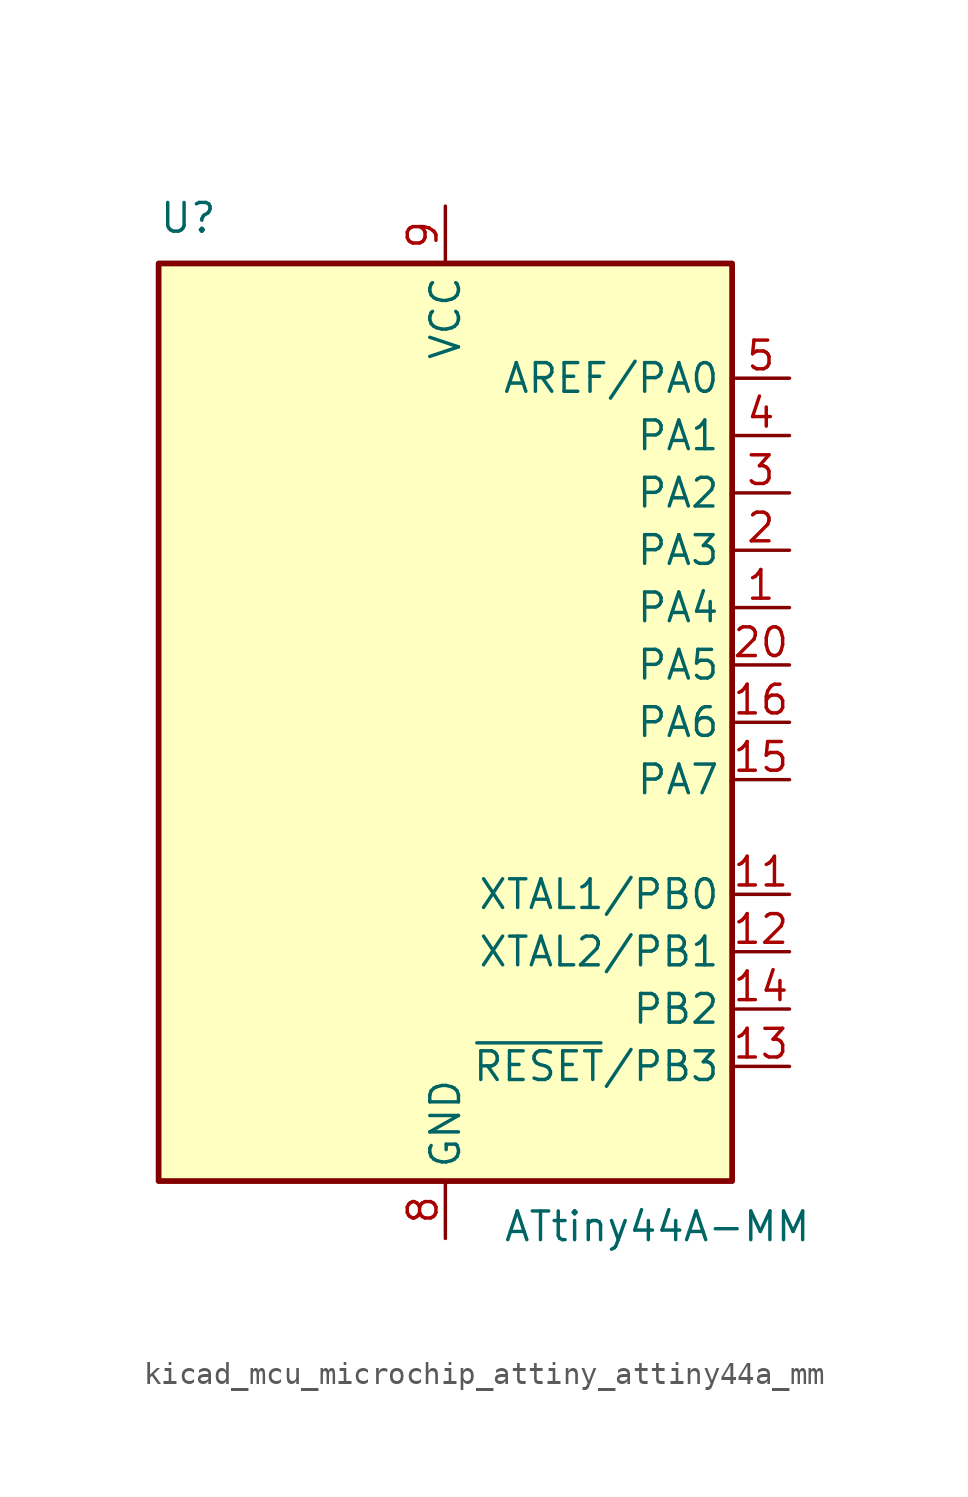
<source format=kicad_sym>
(kicad_symbol_lib
  (version 20220914)
  (generator kicad_symbol_editor)
  (symbol "kicad_mcu_microchip_attiny_attiny44a_mm"
    (property "Reference" "U"
      (at -12.7 21.59 0)
      (effects (font (size 1.27 1.27)) (justify left bottom)))
    (property "Value" "ATtiny44A-MM"
      (at 2.54 -21.59 0)
      (effects (font (size 1.27 1.27)) (justify left top)))
    (symbol "kicad_mcu_microchip_attiny_attiny44a_mm_0_1"
      (rectangle (start -12.7 -20.32) (end 12.7 20.32) (stroke (width 0.254) (type default)) (fill (type background))))
    (symbol "kicad_mcu_microchip_attiny_attiny44a_mm_1_1"
      (pin bidirectional line (at 15.24 5.08 180) (length 2.54) (name "PA4" (effects (font (size 1.27 1.27)))) (number "1" (effects (font (size 1.27 1.27)))))
      (pin no_connect line (at -12.7 -10.16 0) (length 2.54) hide (name "NC" (effects (font (size 1.27 1.27)))) (number "10" (effects (font (size 1.27 1.27)))))
      (pin bidirectional line (at 15.24 -7.62 180) (length 2.54) (name "XTAL1/PB0" (effects (font (size 1.27 1.27)))) (number "11" (effects (font (size 1.27 1.27)))))
      (pin bidirectional line (at 15.24 -10.16 180) (length 2.54) (name "XTAL2/PB1" (effects (font (size 1.27 1.27)))) (number "12" (effects (font (size 1.27 1.27)))))
      (pin bidirectional line (at 15.24 -15.24 180) (length 2.54) (name "~{RESET}/PB3" (effects (font (size 1.27 1.27)))) (number "13" (effects (font (size 1.27 1.27)))))
      (pin bidirectional line (at 15.24 -12.7 180) (length 2.54) (name "PB2" (effects (font (size 1.27 1.27)))) (number "14" (effects (font (size 1.27 1.27)))))
      (pin bidirectional line (at 15.24 -2.54 180) (length 2.54) (name "PA7" (effects (font (size 1.27 1.27)))) (number "15" (effects (font (size 1.27 1.27)))))
      (pin bidirectional line (at 15.24 0 180) (length 2.54) (name "PA6" (effects (font (size 1.27 1.27)))) (number "16" (effects (font (size 1.27 1.27)))))
      (pin no_connect line (at -12.7 -12.7 0) (length 2.54) hide (name "NC" (effects (font (size 1.27 1.27)))) (number "17" (effects (font (size 1.27 1.27)))))
      (pin no_connect line (at -12.7 -15.24 0) (length 2.54) hide (name "NC" (effects (font (size 1.27 1.27)))) (number "18" (effects (font (size 1.27 1.27)))))
      (pin no_connect line (at -12.7 -17.78 0) (length 2.54) hide (name "NC" (effects (font (size 1.27 1.27)))) (number "19" (effects (font (size 1.27 1.27)))))
      (pin bidirectional line (at 15.24 7.62 180) (length 2.54) (name "PA3" (effects (font (size 1.27 1.27)))) (number "2" (effects (font (size 1.27 1.27)))))
      (pin bidirectional line (at 15.24 2.54 180) (length 2.54) (name "PA5" (effects (font (size 1.27 1.27)))) (number "20" (effects (font (size 1.27 1.27)))))
      (pin passive line (at 0 -22.86 90) (length 2.54) hide (name "GND" (effects (font (size 1.27 1.27)))) (number "21" (effects (font (size 1.27 1.27)))))
      (pin bidirectional line (at 15.24 10.16 180) (length 2.54) (name "PA2" (effects (font (size 1.27 1.27)))) (number "3" (effects (font (size 1.27 1.27)))))
      (pin bidirectional line (at 15.24 12.7 180) (length 2.54) (name "PA1" (effects (font (size 1.27 1.27)))) (number "4" (effects (font (size 1.27 1.27)))))
      (pin bidirectional line (at 15.24 15.24 180) (length 2.54) (name "AREF/PA0" (effects (font (size 1.27 1.27)))) (number "5" (effects (font (size 1.27 1.27)))))
      (pin no_connect line (at -12.7 -5.08 0) (length 2.54) hide (name "NC" (effects (font (size 1.27 1.27)))) (number "6" (effects (font (size 1.27 1.27)))))
      (pin no_connect line (at -12.7 -7.62 0) (length 2.54) hide (name "NC" (effects (font (size 1.27 1.27)))) (number "7" (effects (font (size 1.27 1.27)))))
      (pin power_in line (at 0 -22.86 90) (length 2.54) (name "GND" (effects (font (size 1.27 1.27)))) (number "8" (effects (font (size 1.27 1.27)))))
      (pin power_in line (at 0 22.86 270) (length 2.54) (name "VCC" (effects (font (size 1.27 1.27)))) (number "9" (effects (font (size 1.27 1.27))))))))
</source>
